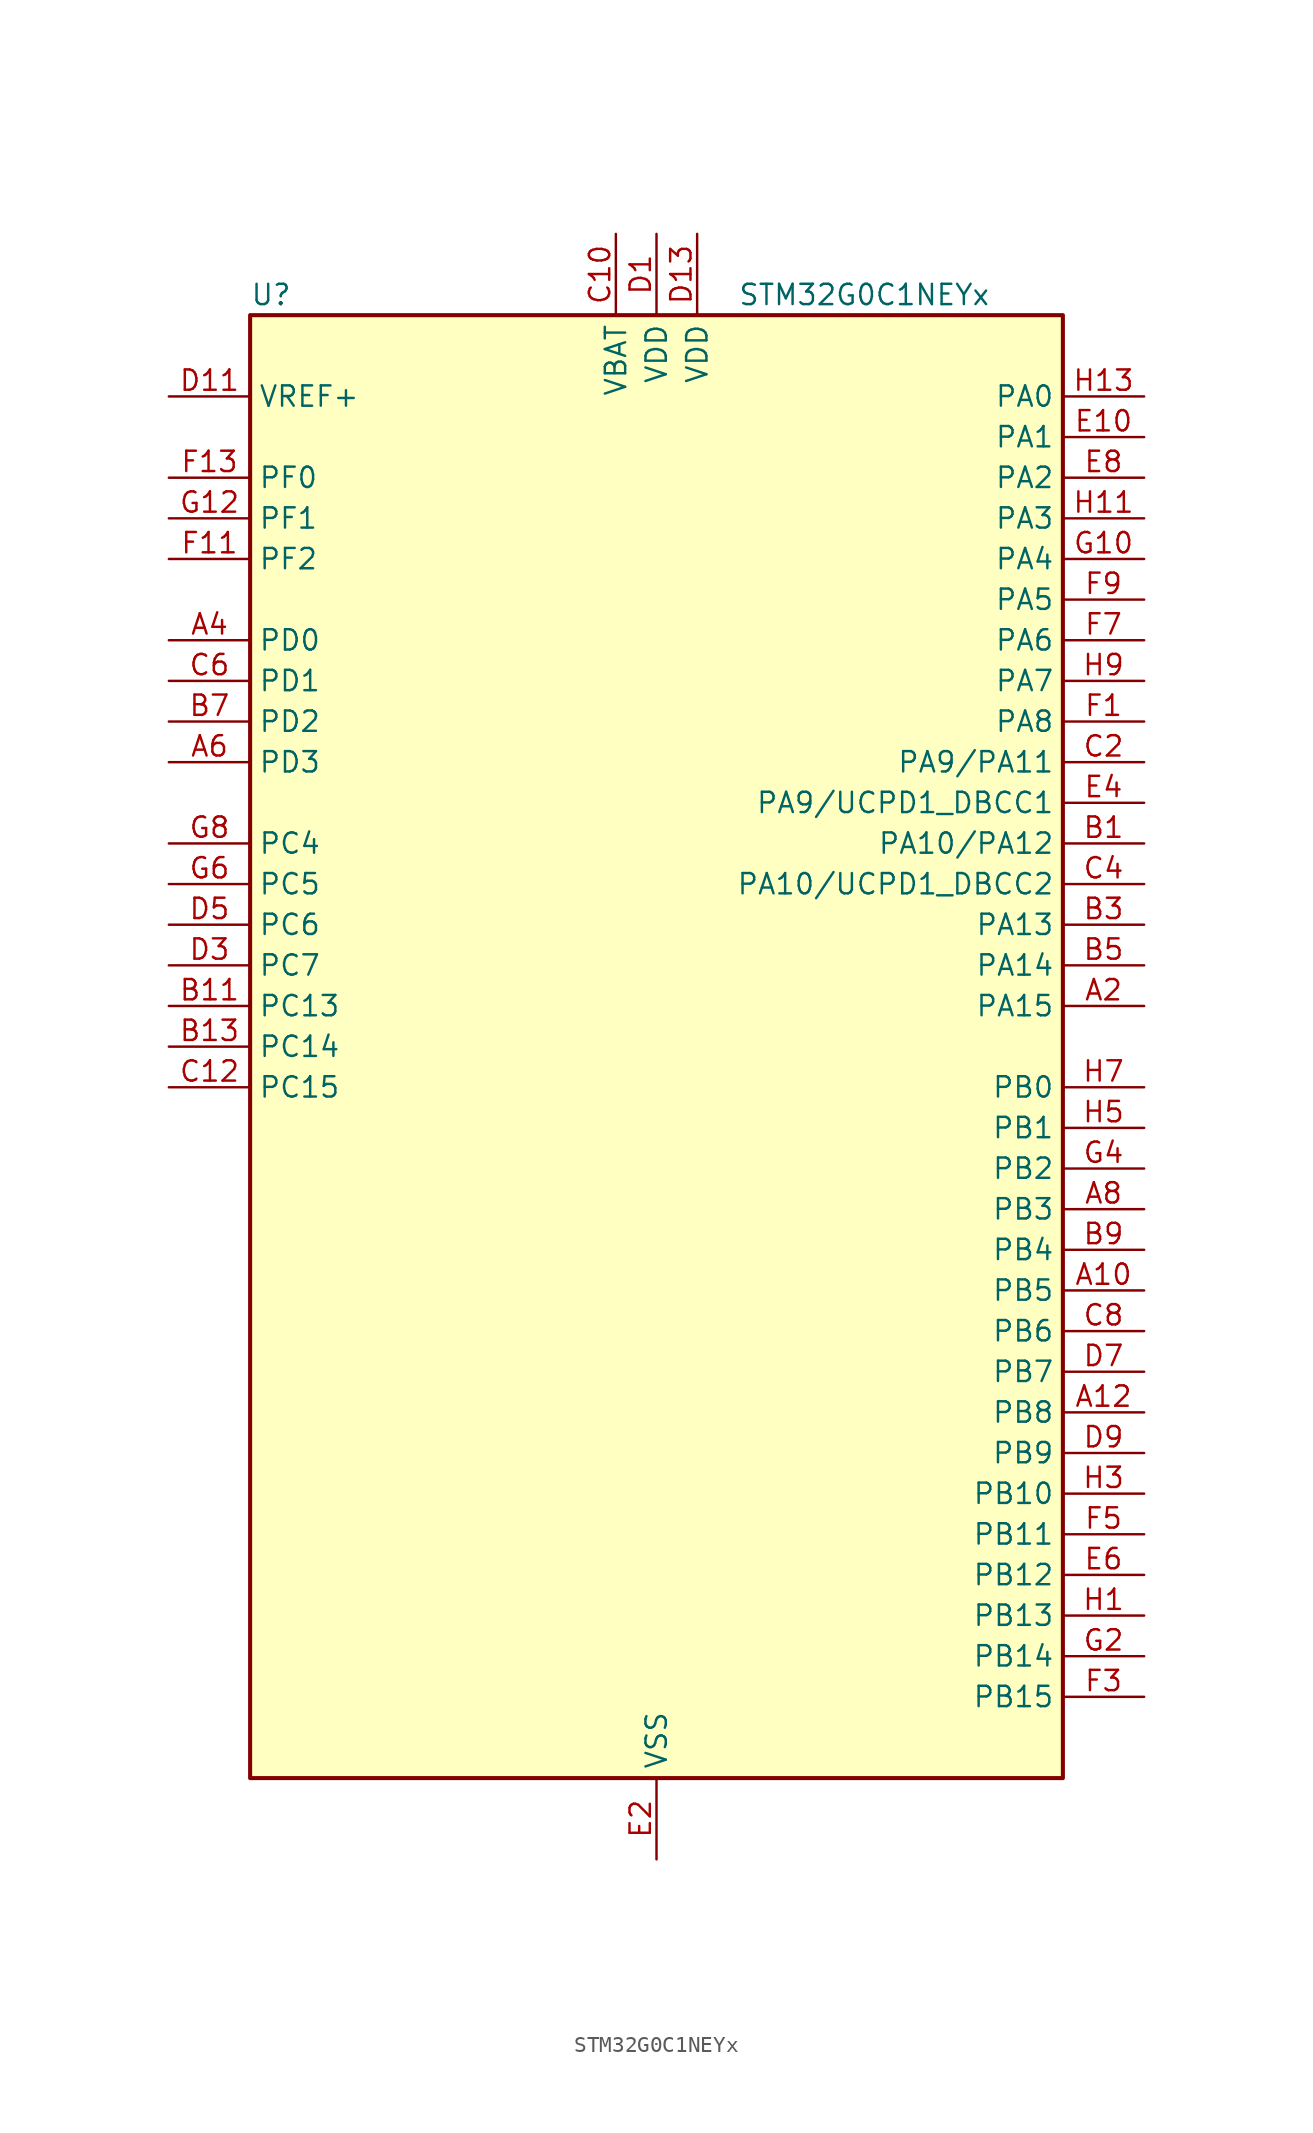
<source format=kicad_sym>
(kicad_symbol_lib
  (version 20231120)
  (generator "kicad-library-utils")
  (generator_version "8.0")
  (symbol "STM32G0C1NEYx"
    (property "Reference" "U"
      (at -25.4 46.99 0)
      (effects (font (size 1.27 1.27)) (justify left)))
    (property "Value" "STM32G0C1NEYx"
      (at 5.08 46.99 0)
      (effects (font (size 1.27 1.27)) (justify left)))
    (symbol "STM32G0C1NEYx_0_1"
      (rectangle (start -25.4 -45.72) (end 25.4 45.72) (stroke (width 0.254) (type default)) (fill (type background))))
    (symbol "STM32G0C1NEYx_1_1"
      (pin bidirectional line (at 30.48 -15.24 180) (length 5.08) (name "PB5" (effects (font (size 1.27 1.27)))) (number "A10" (effects (font (size 1.27 1.27)))) (alternate "COMP2_OUT" bidirectional line) (alternate "FDCAN2_RX" bidirectional line) (alternate "I2C1_SMBA" bidirectional line) (alternate "I2S1_SD" bidirectional line) (alternate "LPTIM1_IN1" bidirectional line) (alternate "SPI1_MOSI" bidirectional line) (alternate "SPI3_MOSI" bidirectional line) (alternate "SYS_WKUP6" bidirectional line) (alternate "TIM16_BK" bidirectional line) (alternate "TIM3_CH2" bidirectional line) (alternate "USART5_CK" bidirectional line) (alternate "USART5_DE" bidirectional line) (alternate "USART5_RTS" bidirectional line))
      (pin bidirectional line (at 30.48 -22.86 180) (length 5.08) (name "PB8" (effects (font (size 1.27 1.27)))) (number "A12" (effects (font (size 1.27 1.27)))) (alternate "CEC" bidirectional line) (alternate "FDCAN1_RX" bidirectional line) (alternate "I2C1_SCL" bidirectional line) (alternate "I2S2_CK" bidirectional line) (alternate "SPI2_SCK" bidirectional line) (alternate "TIM15_BK" bidirectional line) (alternate "TIM16_CH1" bidirectional line) (alternate "TIM4_CH3" bidirectional line) (alternate "USART3_TX" bidirectional line) (alternate "USART6_TX" bidirectional line))
      (pin bidirectional line (at 30.48 2.54 180) (length 5.08) (name "PA15" (effects (font (size 1.27 1.27)))) (number "A2" (effects (font (size 1.27 1.27)))) (alternate "I2C2_SMBA" bidirectional line) (alternate "I2S1_WS" bidirectional line) (alternate "RCC_MCO_2" bidirectional line) (alternate "SPI1_NSS" bidirectional line) (alternate "SPI3_NSS" bidirectional line) (alternate "TIM2_CH1" bidirectional line) (alternate "TIM2_ETR" bidirectional line) (alternate "USART2_RX" bidirectional line) (alternate "USART3_CK" bidirectional line) (alternate "USART3_DE" bidirectional line) (alternate "USART3_RTS" bidirectional line) (alternate "USART4_CK" bidirectional line) (alternate "USART4_DE" bidirectional line) (alternate "USART4_RTS" bidirectional line) (alternate "USB_NOE" bidirectional line))
      (pin bidirectional line (at -30.48 25.4 0) (length 5.08) (name "PD0" (effects (font (size 1.27 1.27)))) (number "A4" (effects (font (size 1.27 1.27)))) (alternate "FDCAN1_RX" bidirectional line) (alternate "I2S2_WS" bidirectional line) (alternate "SPI2_NSS" bidirectional line) (alternate "TIM16_CH1" bidirectional line) (alternate "UCPD2_CC1" bidirectional line))
      (pin bidirectional line (at -30.48 17.78 0) (length 5.08) (name "PD3" (effects (font (size 1.27 1.27)))) (number "A6" (effects (font (size 1.27 1.27)))) (alternate "I2S2_MCK" bidirectional line) (alternate "SPI2_MISO" bidirectional line) (alternate "TIM1_CH2N" bidirectional line) (alternate "UCPD2_DBCC2" bidirectional line) (alternate "USART2_CTS" bidirectional line) (alternate "USART2_NSS" bidirectional line) (alternate "USART5_TX" bidirectional line))
      (pin bidirectional line (at 30.48 -10.16 180) (length 5.08) (name "PB3" (effects (font (size 1.27 1.27)))) (number "A8" (effects (font (size 1.27 1.27)))) (alternate "COMP2_INM" bidirectional line) (alternate "I2C2_SCL" bidirectional line) (alternate "I2C3_SCL" bidirectional line) (alternate "I2S1_CK" bidirectional line) (alternate "SPI1_SCK" bidirectional line) (alternate "SPI3_SCK" bidirectional line) (alternate "TIM1_CH2" bidirectional line) (alternate "TIM2_CH2" bidirectional line) (alternate "USART1_CK" bidirectional line) (alternate "USART1_DE" bidirectional line) (alternate "USART1_RTS" bidirectional line) (alternate "USART5_TX" bidirectional line))
      (pin bidirectional line (at 30.48 12.7 180) (length 5.08) (name "PA10/PA12" (effects (font (size 1.27 1.27)))) (number "B1" (effects (font (size 1.27 1.27)))) (alternate "PA10" bidirectional line) (alternate "I2C1_SDA (PA10)" bidirectional line) (alternate "I2C2_SDA (PA10)" bidirectional line) (alternate "I2S2_SD (PA10)" bidirectional line) (alternate "RCC_MCO_2 (PA10)" bidirectional line) (alternate "SPI2_MOSI (PA10)" bidirectional line) (alternate "TIM17_BK (PA10)" bidirectional line) (alternate "TIM1_CH3 (PA10)" bidirectional line) (alternate "UCPD1_DBCC2 (PA10)" bidirectional line) (alternate "USART1_RX (PA10)" bidirectional line) (alternate "PA12" bidirectional line) (alternate "COMP2_OUT (PA12)" bidirectional line) (alternate "FDCAN1_TX (PA12)" bidirectional line) (alternate "I2C2_SDA (PA12)" bidirectional line) (alternate "I2S1_SD (PA12)" bidirectional line) (alternate "I2S_CKIN (PA12)" bidirectional line) (alternate "SPI1_MOSI (PA12)" bidirectional line) (alternate "TIM1_ETR (PA12)" bidirectional line) (alternate "USART1_CK (PA12)" bidirectional line) (alternate "USART1_DE (PA12)" bidirectional line) (alternate "USART1_RTS (PA12)" bidirectional line) (alternate "USB_DP (PA12)" bidirectional line))
      (pin bidirectional line (at -30.48 2.54 0) (length 5.08) (name "PC13" (effects (font (size 1.27 1.27)))) (number "B11" (effects (font (size 1.27 1.27)))) (alternate "RTC_OUT1" bidirectional line) (alternate "RTC_TAMP_IN1" bidirectional line) (alternate "RTC_TS" bidirectional line) (alternate "SYS_WKUP2" bidirectional line) (alternate "TIM1_BK" bidirectional line))
      (pin bidirectional line (at -30.48 0 0) (length 5.08) (name "PC14" (effects (font (size 1.27 1.27)))) (number "B13" (effects (font (size 1.27 1.27)))) (alternate "RCC_OSC32_IN" bidirectional line) (alternate "TIM1_BK2" bidirectional line))
      (pin bidirectional line (at 30.48 7.62 180) (length 5.08) (name "PA13" (effects (font (size 1.27 1.27)))) (number "B3" (effects (font (size 1.27 1.27)))) (alternate "IR_OUT" bidirectional line) (alternate "LPUART2_RX" bidirectional line) (alternate "SYS_SWDIO" bidirectional line) (alternate "USB_NOE" bidirectional line))
      (pin bidirectional line (at 30.48 5.08 180) (length 5.08) (name "PA14" (effects (font (size 1.27 1.27)))) (number "B5" (effects (font (size 1.27 1.27)))) (alternate "LPUART2_TX" bidirectional line) (alternate "SYS_SWCLK" bidirectional line) (alternate "USART2_TX" bidirectional line))
      (pin bidirectional line (at -30.48 20.32 0) (length 5.08) (name "PD2" (effects (font (size 1.27 1.27)))) (number "B7" (effects (font (size 1.27 1.27)))) (alternate "TIM1_CH1N" bidirectional line) (alternate "TIM3_ETR" bidirectional line) (alternate "UCPD2_CC2" bidirectional line) (alternate "USART3_CK" bidirectional line) (alternate "USART3_DE" bidirectional line) (alternate "USART3_RTS" bidirectional line) (alternate "USART5_RX" bidirectional line))
      (pin bidirectional line (at 30.48 -12.7 180) (length 5.08) (name "PB4" (effects (font (size 1.27 1.27)))) (number "B9" (effects (font (size 1.27 1.27)))) (alternate "COMP2_INP" bidirectional line) (alternate "I2C2_SDA" bidirectional line) (alternate "I2C3_SDA" bidirectional line) (alternate "I2S1_MCK" bidirectional line) (alternate "SPI1_MISO" bidirectional line) (alternate "SPI3_MISO" bidirectional line) (alternate "TIM17_BK" bidirectional line) (alternate "TIM3_CH1" bidirectional line) (alternate "USART1_CTS" bidirectional line) (alternate "USART1_NSS" bidirectional line) (alternate "USART5_RX" bidirectional line))
      (pin power_in line (at -2.54 50.8 270) (length 5.08) (name "VBAT" (effects (font (size 1.27 1.27)))) (number "C10" (effects (font (size 1.27 1.27)))))
      (pin bidirectional line (at -30.48 -2.54 0) (length 5.08) (name "PC15" (effects (font (size 1.27 1.27)))) (number "C12" (effects (font (size 1.27 1.27)))) (alternate "RCC_OSC32_EN" bidirectional line) (alternate "RCC_OSC32_OUT" bidirectional line) (alternate "RCC_OSC_EN" bidirectional line) (alternate "TIM15_BK" bidirectional line))
      (pin bidirectional line (at 30.48 17.78 180) (length 5.08) (name "PA9/PA11" (effects (font (size 1.27 1.27)))) (number "C2" (effects (font (size 1.27 1.27)))) (alternate "PA9" bidirectional line) (alternate "DAC1_EXTI9 (PA9)" bidirectional line) (alternate "I2C1_SCL (PA9)" bidirectional line) (alternate "I2C2_SCL (PA9)" bidirectional line) (alternate "I2S2_MCK (PA9)" bidirectional line) (alternate "RCC_MCO (PA9)" bidirectional line) (alternate "SPI2_MISO (PA9)" bidirectional line) (alternate "TIM15_BK (PA9)" bidirectional line) (alternate "TIM1_CH2 (PA9)" bidirectional line) (alternate "UCPD1_DBCC1 (PA9)" bidirectional line) (alternate "USART1_TX (PA9)" bidirectional line) (alternate "PA11" bidirectional line) (alternate "ADC1_EXTI11 (PA11)" bidirectional line) (alternate "COMP1_OUT (PA11)" bidirectional line) (alternate "FDCAN1_RX (PA11)" bidirectional line) (alternate "I2C2_SCL (PA11)" bidirectional line) (alternate "I2S1_MCK (PA11)" bidirectional line) (alternate "SPI1_MISO (PA11)" bidirectional line) (alternate "TIM1_BK2 (PA11)" bidirectional line) (alternate "TIM1_CH4 (PA11)" bidirectional line) (alternate "USART1_CTS (PA11)" bidirectional line) (alternate "USART1_NSS (PA11)" bidirectional line) (alternate "USB_DM (PA11)" bidirectional line))
      (pin bidirectional line (at 30.48 10.16 180) (length 5.08) (name "PA10/UCPD1_DBCC2" (effects (font (size 1.27 1.27)))) (number "C4" (effects (font (size 1.27 1.27)))) (alternate "PA10" bidirectional line) (alternate "I2C1_SDA (PA10)" bidirectional line) (alternate "I2C2_SDA (PA10)" bidirectional line) (alternate "I2S2_SD (PA10)" bidirectional line) (alternate "RCC_MCO_2 (PA10)" bidirectional line) (alternate "SPI2_MOSI (PA10)" bidirectional line) (alternate "TIM17_BK (PA10)" bidirectional line) (alternate "TIM1_CH3 (PA10)" bidirectional line) (alternate "UCPD1_DBCC2 (PA10)" bidirectional line) (alternate "USART1_RX (PA10)" bidirectional line) (alternate "UCPD1_DBCC2" bidirectional line) (alternate "UCPD1_DBCC2 (UCPD1_DBCC2)" bidirectional line))
      (pin bidirectional line (at -30.48 22.86 0) (length 5.08) (name "PD1" (effects (font (size 1.27 1.27)))) (number "C6" (effects (font (size 1.27 1.27)))) (alternate "FDCAN1_TX" bidirectional line) (alternate "I2S2_CK" bidirectional line) (alternate "SPI2_SCK" bidirectional line) (alternate "TIM17_CH1" bidirectional line) (alternate "UCPD2_DBCC1" bidirectional line))
      (pin bidirectional line (at 30.48 -17.78 180) (length 5.08) (name "PB6" (effects (font (size 1.27 1.27)))) (number "C8" (effects (font (size 1.27 1.27)))) (alternate "COMP2_INP" bidirectional line) (alternate "FDCAN2_TX" bidirectional line) (alternate "I2C1_SCL" bidirectional line) (alternate "I2S2_MCK" bidirectional line) (alternate "LPTIM1_ETR" bidirectional line) (alternate "LPUART2_TX" bidirectional line) (alternate "SPI2_MISO" bidirectional line) (alternate "TIM16_CH1N" bidirectional line) (alternate "TIM1_CH3" bidirectional line) (alternate "TIM4_CH1" bidirectional line) (alternate "USART1_TX" bidirectional line) (alternate "USART5_CTS" bidirectional line) (alternate "USART5_NSS" bidirectional line))
      (pin power_in line (at 0 50.8 270) (length 5.08) (name "VDD" (effects (font (size 1.27 1.27)))) (number "D1" (effects (font (size 1.27 1.27)))))
      (pin input line (at -30.48 40.64 0) (length 5.08) (name "VREF+" (effects (font (size 1.27 1.27)))) (number "D11" (effects (font (size 1.27 1.27)))) (alternate "VREFBUF_OUT" bidirectional line))
      (pin power_in line (at 2.54 50.8 270) (length 5.08) (name "VDD" (effects (font (size 1.27 1.27)))) (number "D13" (effects (font (size 1.27 1.27)))))
      (pin bidirectional line (at -30.48 5.08 0) (length 5.08) (name "PC7" (effects (font (size 1.27 1.27)))) (number "D3" (effects (font (size 1.27 1.27)))) (alternate "LPUART2_RX" bidirectional line) (alternate "TIM2_CH4" bidirectional line) (alternate "TIM3_CH2" bidirectional line) (alternate "UCPD2_FRSTX1" bidirectional line) (alternate "UCPD2_FRSTX2" bidirectional line))
      (pin bidirectional line (at -30.48 7.62 0) (length 5.08) (name "PC6" (effects (font (size 1.27 1.27)))) (number "D5" (effects (font (size 1.27 1.27)))) (alternate "LPUART2_TX" bidirectional line) (alternate "TIM2_CH3" bidirectional line) (alternate "TIM3_CH1" bidirectional line) (alternate "UCPD1_FRSTX1" bidirectional line) (alternate "UCPD1_FRSTX2" bidirectional line))
      (pin bidirectional line (at 30.48 -20.32 180) (length 5.08) (name "PB7" (effects (font (size 1.27 1.27)))) (number "D7" (effects (font (size 1.27 1.27)))) (alternate "COMP2_INM" bidirectional line) (alternate "I2C1_SDA" bidirectional line) (alternate "I2S2_SD" bidirectional line) (alternate "LPTIM1_IN2" bidirectional line) (alternate "LPUART2_RX" bidirectional line) (alternate "SPI2_MOSI" bidirectional line) (alternate "SYS_PVD_IN" bidirectional line) (alternate "TIM17_CH1N" bidirectional line) (alternate "TIM4_CH2" bidirectional line) (alternate "USART1_RX" bidirectional line) (alternate "USART4_CTS" bidirectional line) (alternate "USART4_NSS" bidirectional line))
      (pin bidirectional line (at 30.48 -25.4 180) (length 5.08) (name "PB9" (effects (font (size 1.27 1.27)))) (number "D9" (effects (font (size 1.27 1.27)))) (alternate "DAC1_EXTI9" bidirectional line) (alternate "FDCAN1_TX" bidirectional line) (alternate "I2C1_SDA" bidirectional line) (alternate "I2S2_WS" bidirectional line) (alternate "IR_OUT" bidirectional line) (alternate "SPI2_NSS" bidirectional line) (alternate "TIM17_CH1" bidirectional line) (alternate "TIM4_CH4" bidirectional line) (alternate "UCPD2_FRSTX1" bidirectional line) (alternate "UCPD2_FRSTX2" bidirectional line) (alternate "USART3_RX" bidirectional line) (alternate "USART6_RX" bidirectional line))
      (pin bidirectional line (at 30.48 38.1 180) (length 5.08) (name "PA1" (effects (font (size 1.27 1.27)))) (number "E10" (effects (font (size 1.27 1.27)))) (alternate "ADC1_IN1" bidirectional line) (alternate "COMP1_INP" bidirectional line) (alternate "I2C1_SMBA" bidirectional line) (alternate "I2S1_CK" bidirectional line) (alternate "SPI1_SCK" bidirectional line) (alternate "TIM15_CH1N" bidirectional line) (alternate "TIM2_CH2" bidirectional line) (alternate "USART2_CK" bidirectional line) (alternate "USART2_DE" bidirectional line) (alternate "USART2_RTS" bidirectional line) (alternate "USART4_RX" bidirectional line))
      (pin passive line (at 0 -50.8 90) (length 5.08) hide (name "VSS" (effects (font (size 1.27 1.27)))) (number "E12" (effects (font (size 1.27 1.27)))))
      (pin power_in line (at 0 -50.8 90) (length 5.08) (name "VSS" (effects (font (size 1.27 1.27)))) (number "E2" (effects (font (size 1.27 1.27)))))
      (pin bidirectional line (at 30.48 15.24 180) (length 5.08) (name "PA9/UCPD1_DBCC1" (effects (font (size 1.27 1.27)))) (number "E4" (effects (font (size 1.27 1.27)))) (alternate "PA9" bidirectional line) (alternate "DAC1_EXTI9 (PA9)" bidirectional line) (alternate "I2C1_SCL (PA9)" bidirectional line) (alternate "I2C2_SCL (PA9)" bidirectional line) (alternate "I2S2_MCK (PA9)" bidirectional line) (alternate "RCC_MCO (PA9)" bidirectional line) (alternate "SPI2_MISO (PA9)" bidirectional line) (alternate "TIM15_BK (PA9)" bidirectional line) (alternate "TIM1_CH2 (PA9)" bidirectional line) (alternate "UCPD1_DBCC1 (PA9)" bidirectional line) (alternate "USART1_TX (PA9)" bidirectional line) (alternate "UCPD1_DBCC1" bidirectional line) (alternate "UCPD1_DBCC1 (UCPD1_DBCC1)" bidirectional line))
      (pin bidirectional line (at 30.48 -33.02 180) (length 5.08) (name "PB12" (effects (font (size 1.27 1.27)))) (number "E6" (effects (font (size 1.27 1.27)))) (alternate "ADC1_IN16" bidirectional line) (alternate "FDCAN2_RX" bidirectional line) (alternate "I2C2_SMBA" bidirectional line) (alternate "I2S2_WS" bidirectional line) (alternate "LPUART1_DE" bidirectional line) (alternate "LPUART1_RTS" bidirectional line) (alternate "SPI2_NSS" bidirectional line) (alternate "TIM15_BK" bidirectional line) (alternate "TIM1_BK" bidirectional line) (alternate "UCPD2_FRSTX1" bidirectional line) (alternate "UCPD2_FRSTX2" bidirectional line))
      (pin bidirectional line (at 30.48 35.56 180) (length 5.08) (name "PA2" (effects (font (size 1.27 1.27)))) (number "E8" (effects (font (size 1.27 1.27)))) (alternate "ADC1_IN2" bidirectional line) (alternate "COMP2_INM" bidirectional line) (alternate "COMP2_OUT" bidirectional line) (alternate "I2S1_SD" bidirectional line) (alternate "LPUART1_TX" bidirectional line) (alternate "RCC_LSCO" bidirectional line) (alternate "SPI1_MOSI" bidirectional line) (alternate "SYS_WKUP4" bidirectional line) (alternate "TIM15_CH1" bidirectional line) (alternate "TIM2_CH3" bidirectional line) (alternate "UCPD1_FRSTX1" bidirectional line) (alternate "UCPD1_FRSTX2" bidirectional line) (alternate "USART2_TX" bidirectional line))
      (pin bidirectional line (at 30.48 20.32 180) (length 5.08) (name "PA8" (effects (font (size 1.27 1.27)))) (number "F1" (effects (font (size 1.27 1.27)))) (alternate "CRS1_SYNC" bidirectional line) (alternate "I2C2_SMBA" bidirectional line) (alternate "I2S2_WS" bidirectional line) (alternate "LPTIM2_OUT" bidirectional line) (alternate "RCC_MCO" bidirectional line) (alternate "SPI2_NSS" bidirectional line) (alternate "TIM1_CH1" bidirectional line) (alternate "UCPD1_CC1" bidirectional line))
      (pin bidirectional line (at -30.48 30.48 0) (length 5.08) (name "PF2" (effects (font (size 1.27 1.27)))) (number "F11" (effects (font (size 1.27 1.27)))) (alternate "LPUART2_DE" bidirectional line) (alternate "LPUART2_RTS" bidirectional line) (alternate "LPUART2_TX" bidirectional line) (alternate "RCC_MCO" bidirectional line))
      (pin bidirectional line (at -30.48 35.56 0) (length 5.08) (name "PF0" (effects (font (size 1.27 1.27)))) (number "F13" (effects (font (size 1.27 1.27)))) (alternate "CRS1_SYNC" bidirectional line) (alternate "RCC_OSC_IN" bidirectional line) (alternate "TIM14_CH1" bidirectional line))
      (pin bidirectional line (at 30.48 -40.64 180) (length 5.08) (name "PB15" (effects (font (size 1.27 1.27)))) (number "F3" (effects (font (size 1.27 1.27)))) (alternate "I2S2_SD" bidirectional line) (alternate "RTC_REFIN" bidirectional line) (alternate "SPI2_MOSI" bidirectional line) (alternate "TIM15_CH1N" bidirectional line) (alternate "TIM15_CH2" bidirectional line) (alternate "TIM1_CH3N" bidirectional line) (alternate "UCPD1_CC2" bidirectional line) (alternate "USART6_CTS" bidirectional line) (alternate "USART6_NSS" bidirectional line))
      (pin bidirectional line (at 30.48 -30.48 180) (length 5.08) (name "PB11" (effects (font (size 1.27 1.27)))) (number "F5" (effects (font (size 1.27 1.27)))) (alternate "ADC1_EXTI11" bidirectional line) (alternate "ADC1_IN15" bidirectional line) (alternate "COMP2_OUT" bidirectional line) (alternate "I2C2_SDA" bidirectional line) (alternate "I2S2_SD" bidirectional line) (alternate "LPUART1_TX" bidirectional line) (alternate "SPI2_MOSI" bidirectional line) (alternate "TIM2_CH4" bidirectional line) (alternate "USART3_RX" bidirectional line))
      (pin bidirectional line (at 30.48 25.4 180) (length 5.08) (name "PA6" (effects (font (size 1.27 1.27)))) (number "F7" (effects (font (size 1.27 1.27)))) (alternate "ADC1_IN6" bidirectional line) (alternate "COMP1_OUT" bidirectional line) (alternate "I2C2_SDA" bidirectional line) (alternate "I2C3_SDA" bidirectional line) (alternate "I2S1_MCK" bidirectional line) (alternate "LPUART1_CTS" bidirectional line) (alternate "SPI1_MISO" bidirectional line) (alternate "TIM16_CH1" bidirectional line) (alternate "TIM1_BK" bidirectional line) (alternate "TIM3_CH1" bidirectional line) (alternate "USART3_CTS" bidirectional line) (alternate "USART3_NSS" bidirectional line) (alternate "USART6_CTS" bidirectional line) (alternate "USART6_NSS" bidirectional line))
      (pin bidirectional line (at 30.48 27.94 180) (length 5.08) (name "PA5" (effects (font (size 1.27 1.27)))) (number "F9" (effects (font (size 1.27 1.27)))) (alternate "ADC1_IN5" bidirectional line) (alternate "CEC" bidirectional line) (alternate "DAC1_OUT2" bidirectional line) (alternate "I2S1_CK" bidirectional line) (alternate "LPTIM2_ETR" bidirectional line) (alternate "SPI1_SCK" bidirectional line) (alternate "TIM2_CH1" bidirectional line) (alternate "TIM2_ETR" bidirectional line) (alternate "UCPD1_FRSTX1" bidirectional line) (alternate "UCPD1_FRSTX2" bidirectional line) (alternate "USART3_TX" bidirectional line) (alternate "USART6_RX" bidirectional line))
      (pin bidirectional line (at 30.48 30.48 180) (length 5.08) (name "PA4" (effects (font (size 1.27 1.27)))) (number "G10" (effects (font (size 1.27 1.27)))) (alternate "ADC1_IN4" bidirectional line) (alternate "DAC1_OUT1" bidirectional line) (alternate "I2S1_WS" bidirectional line) (alternate "I2S2_SD" bidirectional line) (alternate "LPTIM2_OUT" bidirectional line) (alternate "RTC_OUT2" bidirectional line) (alternate "SPI1_NSS" bidirectional line) (alternate "SPI2_MOSI" bidirectional line) (alternate "SPI3_NSS" bidirectional line) (alternate "TIM14_CH1" bidirectional line) (alternate "UCPD2_FRSTX1" bidirectional line) (alternate "UCPD2_FRSTX2" bidirectional line) (alternate "USART6_TX" bidirectional line) (alternate "USB_NOE" bidirectional line))
      (pin bidirectional line (at -30.48 33.02 0) (length 5.08) (name "PF1" (effects (font (size 1.27 1.27)))) (number "G12" (effects (font (size 1.27 1.27)))) (alternate "RCC_OSC_EN" bidirectional line) (alternate "RCC_OSC_OUT" bidirectional line) (alternate "TIM15_CH1N" bidirectional line))
      (pin bidirectional line (at 30.48 -38.1 180) (length 5.08) (name "PB14" (effects (font (size 1.27 1.27)))) (number "G2" (effects (font (size 1.27 1.27)))) (alternate "I2C2_SDA" bidirectional line) (alternate "I2S2_MCK" bidirectional line) (alternate "SPI2_MISO" bidirectional line) (alternate "TIM15_CH1" bidirectional line) (alternate "TIM1_CH2N" bidirectional line) (alternate "UCPD1_FRSTX1" bidirectional line) (alternate "UCPD1_FRSTX2" bidirectional line) (alternate "USART3_CK" bidirectional line) (alternate "USART3_DE" bidirectional line) (alternate "USART3_RTS" bidirectional line) (alternate "USART6_CK" bidirectional line) (alternate "USART6_DE" bidirectional line) (alternate "USART6_RTS" bidirectional line))
      (pin bidirectional line (at 30.48 -7.62 180) (length 5.08) (name "PB2" (effects (font (size 1.27 1.27)))) (number "G4" (effects (font (size 1.27 1.27)))) (alternate "ADC1_IN10" bidirectional line) (alternate "COMP1_INP" bidirectional line) (alternate "COMP3_INM" bidirectional line) (alternate "I2S2_MCK" bidirectional line) (alternate "LPTIM1_OUT" bidirectional line) (alternate "RCC_MCO_2" bidirectional line) (alternate "SPI2_MISO" bidirectional line) (alternate "USART3_TX" bidirectional line))
      (pin bidirectional line (at -30.48 10.16 0) (length 5.08) (name "PC5" (effects (font (size 1.27 1.27)))) (number "G6" (effects (font (size 1.27 1.27)))) (alternate "ADC1_IN18" bidirectional line) (alternate "COMP1_INP" bidirectional line) (alternate "FDCAN1_TX" bidirectional line) (alternate "SYS_WKUP5" bidirectional line) (alternate "TIM2_CH2" bidirectional line) (alternate "USART1_RX" bidirectional line) (alternate "USART3_RX" bidirectional line))
      (pin bidirectional line (at -30.48 12.7 0) (length 5.08) (name "PC4" (effects (font (size 1.27 1.27)))) (number "G8" (effects (font (size 1.27 1.27)))) (alternate "ADC1_IN17" bidirectional line) (alternate "COMP1_INM" bidirectional line) (alternate "FDCAN1_RX" bidirectional line) (alternate "TIM2_CH1" bidirectional line) (alternate "TIM2_ETR" bidirectional line) (alternate "USART1_TX" bidirectional line) (alternate "USART3_TX" bidirectional line))
      (pin bidirectional line (at 30.48 -35.56 180) (length 5.08) (name "PB13" (effects (font (size 1.27 1.27)))) (number "H1" (effects (font (size 1.27 1.27)))) (alternate "FDCAN2_TX" bidirectional line) (alternate "I2C2_SCL" bidirectional line) (alternate "I2S2_CK" bidirectional line) (alternate "LPUART1_CTS" bidirectional line) (alternate "SPI2_SCK" bidirectional line) (alternate "TIM15_CH1N" bidirectional line) (alternate "TIM1_CH1N" bidirectional line) (alternate "USART3_CTS" bidirectional line) (alternate "USART3_NSS" bidirectional line))
      (pin bidirectional line (at 30.48 33.02 180) (length 5.08) (name "PA3" (effects (font (size 1.27 1.27)))) (number "H11" (effects (font (size 1.27 1.27)))) (alternate "ADC1_IN3" bidirectional line) (alternate "COMP2_INP" bidirectional line) (alternate "I2S2_MCK" bidirectional line) (alternate "LPUART1_RX" bidirectional line) (alternate "SPI2_MISO" bidirectional line) (alternate "TIM15_CH2" bidirectional line) (alternate "TIM2_CH4" bidirectional line) (alternate "UCPD2_FRSTX1" bidirectional line) (alternate "UCPD2_FRSTX2" bidirectional line) (alternate "USART2_RX" bidirectional line))
      (pin bidirectional line (at 30.48 40.64 180) (length 5.08) (name "PA0" (effects (font (size 1.27 1.27)))) (number "H13" (effects (font (size 1.27 1.27)))) (alternate "ADC1_IN0" bidirectional line) (alternate "COMP1_INM" bidirectional line) (alternate "COMP1_OUT" bidirectional line) (alternate "I2S2_CK" bidirectional line) (alternate "LPTIM1_OUT" bidirectional line) (alternate "RTC_TAMP_IN2" bidirectional line) (alternate "SPI2_SCK" bidirectional line) (alternate "SYS_WKUP1" bidirectional line) (alternate "TIM2_CH1" bidirectional line) (alternate "TIM2_ETR" bidirectional line) (alternate "UCPD2_FRSTX1" bidirectional line) (alternate "UCPD2_FRSTX2" bidirectional line) (alternate "USART2_CTS" bidirectional line) (alternate "USART2_NSS" bidirectional line) (alternate "USART4_TX" bidirectional line))
      (pin bidirectional line (at 30.48 -27.94 180) (length 5.08) (name "PB10" (effects (font (size 1.27 1.27)))) (number "H3" (effects (font (size 1.27 1.27)))) (alternate "ADC1_IN11" bidirectional line) (alternate "CEC" bidirectional line) (alternate "COMP1_OUT" bidirectional line) (alternate "I2C2_SCL" bidirectional line) (alternate "I2S2_CK" bidirectional line) (alternate "LPUART1_RX" bidirectional line) (alternate "SPI2_SCK" bidirectional line) (alternate "TIM2_CH3" bidirectional line) (alternate "USART3_TX" bidirectional line))
      (pin bidirectional line (at 30.48 -5.08 180) (length 5.08) (name "PB1" (effects (font (size 1.27 1.27)))) (number "H5" (effects (font (size 1.27 1.27)))) (alternate "ADC1_IN9" bidirectional line) (alternate "COMP1_INM" bidirectional line) (alternate "COMP3_OUT" bidirectional line) (alternate "FDCAN2_TX" bidirectional line) (alternate "LPTIM2_IN1" bidirectional line) (alternate "LPUART1_DE" bidirectional line) (alternate "LPUART1_RTS" bidirectional line) (alternate "LPUART2_DE" bidirectional line) (alternate "LPUART2_RTS" bidirectional line) (alternate "TIM14_CH1" bidirectional line) (alternate "TIM1_CH3N" bidirectional line) (alternate "TIM3_CH4" bidirectional line) (alternate "USART3_CK" bidirectional line) (alternate "USART3_DE" bidirectional line) (alternate "USART3_RTS" bidirectional line) (alternate "USART5_RX" bidirectional line))
      (pin bidirectional line (at 30.48 -2.54 180) (length 5.08) (name "PB0" (effects (font (size 1.27 1.27)))) (number "H7" (effects (font (size 1.27 1.27)))) (alternate "ADC1_IN8" bidirectional line) (alternate "COMP1_OUT" bidirectional line) (alternate "COMP3_INP" bidirectional line) (alternate "FDCAN2_RX" bidirectional line) (alternate "I2S1_WS" bidirectional line) (alternate "LPTIM1_OUT" bidirectional line) (alternate "LPUART2_CTS" bidirectional line) (alternate "SPI1_NSS" bidirectional line) (alternate "TIM1_CH2N" bidirectional line) (alternate "TIM3_CH3" bidirectional line) (alternate "UCPD1_FRSTX1" bidirectional line) (alternate "UCPD1_FRSTX2" bidirectional line) (alternate "USART3_RX" bidirectional line) (alternate "USART5_TX" bidirectional line))
      (pin bidirectional line (at 30.48 22.86 180) (length 5.08) (name "PA7" (effects (font (size 1.27 1.27)))) (number "H9" (effects (font (size 1.27 1.27)))) (alternate "ADC1_IN7" bidirectional line) (alternate "COMP2_OUT" bidirectional line) (alternate "I2C2_SCL" bidirectional line) (alternate "I2C3_SCL" bidirectional line) (alternate "I2S1_SD" bidirectional line) (alternate "SPI1_MOSI" bidirectional line) (alternate "TIM14_CH1" bidirectional line) (alternate "TIM17_CH1" bidirectional line) (alternate "TIM1_CH1N" bidirectional line) (alternate "TIM3_CH2" bidirectional line) (alternate "UCPD1_FRSTX1" bidirectional line) (alternate "UCPD1_FRSTX2" bidirectional line) (alternate "USART6_CK" bidirectional line) (alternate "USART6_DE" bidirectional line) (alternate "USART6_RTS" bidirectional line)))))
</source>
